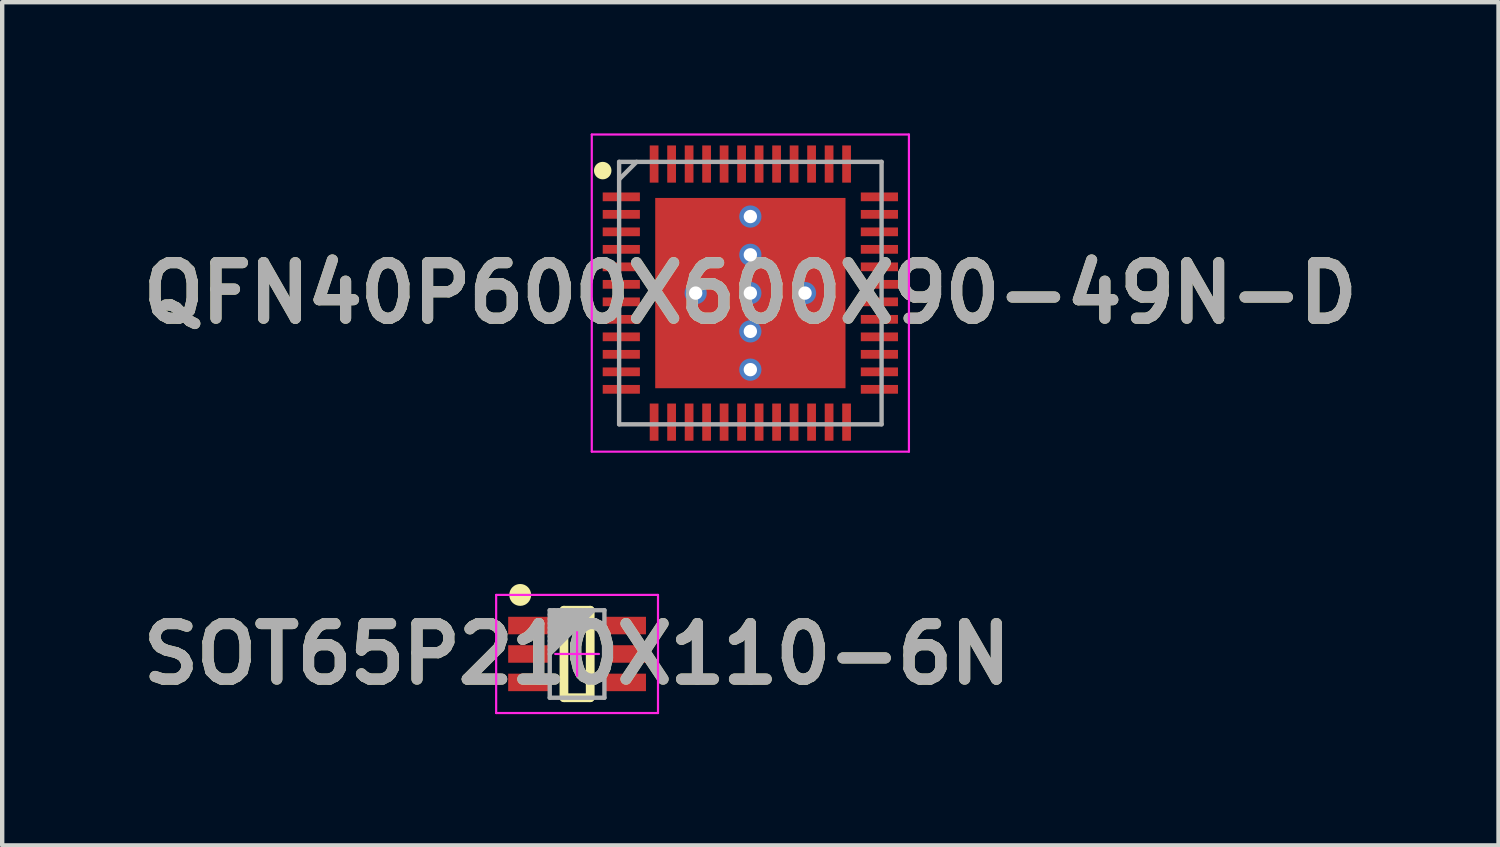
<source format=kicad_pcb>
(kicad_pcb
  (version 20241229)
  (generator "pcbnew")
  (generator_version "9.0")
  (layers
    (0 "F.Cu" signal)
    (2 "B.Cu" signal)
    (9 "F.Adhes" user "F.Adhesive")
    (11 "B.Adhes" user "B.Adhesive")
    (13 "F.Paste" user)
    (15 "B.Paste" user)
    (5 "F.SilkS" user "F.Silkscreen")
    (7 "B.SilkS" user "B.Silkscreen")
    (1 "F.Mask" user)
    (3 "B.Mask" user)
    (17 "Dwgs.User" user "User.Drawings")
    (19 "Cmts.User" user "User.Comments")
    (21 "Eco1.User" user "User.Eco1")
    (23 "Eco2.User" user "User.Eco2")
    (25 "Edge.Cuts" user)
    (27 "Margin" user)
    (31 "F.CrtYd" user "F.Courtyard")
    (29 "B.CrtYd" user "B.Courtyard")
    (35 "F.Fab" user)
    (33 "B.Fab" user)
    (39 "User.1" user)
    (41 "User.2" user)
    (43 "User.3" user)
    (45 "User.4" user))
  (footprint "SOT65P210X110-6N"
    (layer "F.Cu")
    (at 10.142 11.9)
    (property "Reference" "SOT65P210X110-6N" (at 0 0 0) (layer "F.SilkS") (effects (font (size 1.27 1.27) (thickness 0.254))))
    (attr smd)
    (fp_line (start -0.3 -1) (end -0.3 1) (stroke (width 0.2) (type solid)) (layer "F.SilkS"))
    (fp_line (start -0.3 1) (end 0.3 1) (stroke (width 0.2) (type solid)) (layer "F.SilkS"))
    (fp_line (start 0.3 -1) (end -0.3 -1) (stroke (width 0.2) (type solid)) (layer "F.SilkS"))
    (fp_line (start 0.3 1) (end 0.3 -1) (stroke (width 0.2) (type solid)) (layer "F.SilkS"))
    (fp_circle (center -1.3 -1.35) (end -1.3 -1.225) (stroke (width 0.25) (type solid)) (fill no) (layer "F.SilkS"))
    (fp_line (start -1.85 -1.35) (end -1.85 1.35) (stroke (width 0.05) (type solid)) (layer "F.CrtYd"))
    (fp_line (start -1.85 1.35) (end 1.85 1.35) (stroke (width 0.05) (type solid)) (layer "F.CrtYd"))
    (fp_line (start -0.7 -1.075) (end -0.7 1.075) (stroke (width 0.001) (type solid)) (layer "F.CrtYd"))
    (fp_line (start -0.7 1.075) (end 0.7 1.075) (stroke (width 0.001) (type solid)) (layer "F.CrtYd"))
    (fp_line (start -0.5 0) (end 0.5 0) (stroke (width 0.05) (type solid)) (layer "F.CrtYd"))
    (fp_line (start 0 0.5) (end 0 -0.5) (stroke (width 0.05) (type solid)) (layer "F.CrtYd"))
    (fp_line (start 0.7 -1.075) (end -0.7 -1.075) (stroke (width 0.001) (type solid)) (layer "F.CrtYd"))
    (fp_line (start 0.7 1.075) (end 0.7 -1.075) (stroke (width 0.001) (type solid)) (layer "F.CrtYd"))
    (fp_line (start 1.85 -1.35) (end -1.85 -1.35) (stroke (width 0.05) (type solid)) (layer "F.CrtYd"))
    (fp_line (start 1.85 1.35) (end 1.85 -1.35) (stroke (width 0.05) (type solid)) (layer "F.CrtYd"))
    (fp_line (start -0.625 -1) (end -0.625 1) (stroke (width 0.1) (type solid)) (layer "F.Fab"))
    (fp_line (start -0.625 1) (end 0.625 1) (stroke (width 0.1) (type solid)) (layer "F.Fab"))
    (fp_line (start -0.525 -1) (end -0.625 -0.9) (stroke (width 0.1) (type solid)) (layer "F.Fab"))
    (fp_line (start -0.425 -1) (end -0.625 -0.8) (stroke (width 0.1) (type solid)) (layer "F.Fab"))
    (fp_line (start -0.325 -1) (end -0.625 -0.7) (stroke (width 0.1) (type solid)) (layer "F.Fab"))
    (fp_line (start -0.225 -1) (end -0.625 -0.6) (stroke (width 0.1) (type solid)) (layer "F.Fab"))
    (fp_line (start -0.125 -1) (end -0.625 -0.5) (stroke (width 0.1) (type solid)) (layer "F.Fab"))
    (fp_line (start -0.025 -1) (end -0.625 -0.4) (stroke (width 0.1) (type solid)) (layer "F.Fab"))
    (fp_line (start 0.075 -1) (end -0.625 -0.3) (stroke (width 0.1) (type solid)) (layer "F.Fab"))
    (fp_line (start 0.175 -1) (end -0.625 -0.2) (stroke (width 0.1) (type solid)) (layer "F.Fab"))
    (fp_line (start 0.275 -1) (end -0.625 -0.1) (stroke (width 0.1) (type solid)) (layer "F.Fab"))
    (fp_line (start 0.375 -1) (end -0.625 0) (stroke (width 0.1) (type solid)) (layer "F.Fab"))
    (fp_line (start 0.625 -1) (end -0.625 -1) (stroke (width 0.1) (type solid)) (layer "F.Fab"))
    (fp_line (start 0.625 1) (end 0.625 -1) (stroke (width 0.1) (type solid)) (layer "F.Fab"))
    (fp_text user "${REFERENCE}" (at 0 0 0) (layer "F.Fab") (effects (font (size 1.27 1.27) (thickness 0.254))))
    (pad "1" smd rect (at -1.1 -0.65 90) (size 0.4 0.95) (layers "F.Cu" "F.Mask" "F.Paste"))
    (pad "2" smd rect (at -1.1 0 90) (size 0.4 0.95) (layers "F.Cu" "F.Mask" "F.Paste"))
    (pad "3" smd rect (at -1.1 0.65 90) (size 0.4 0.95) (layers "F.Cu" "F.Mask" "F.Paste"))
    (pad "4" smd rect (at 1.1 0.65 90) (size 0.4 0.95) (layers "F.Cu" "F.Mask" "F.Paste"))
    (pad "5" smd rect (at 1.1 0 90) (size 0.4 0.95) (layers "F.Cu" "F.Mask" "F.Paste"))
    (pad "6" smd rect (at 1.1 -0.65 90) (size 0.4 0.95) (layers "F.Cu" "F.Mask" "F.Paste")))
  (footprint "QFN40P600X600X90-49N-D"
    (layer "F.Cu")
    (at 14.103 3.65)
    (property "Reference" "QFN40P600X600X90-49N-D" (at 0 0 0) (layer "F.SilkS") (effects (font (size 1.27 1.27) (thickness 0.254))))
    (attr smd)
    (fp_circle (center -3.375 -2.8) (end -3.375 -2.7) (stroke (width 0.2) (type solid)) (fill no) (layer "F.SilkS"))
    (fp_poly (pts (xy -0.5 -0.35) (xy -2.05 -0.35) (xy -2.05 -2.05) (xy -0.5 -2.05)) (stroke (width 0.1) (type solid)) (fill yes) (layer "F.Paste"))
    (fp_poly (pts (xy -0.45 2.05) (xy -2 2.05) (xy -2 0.35) (xy -0.45 0.35)) (stroke (width 0.1) (type solid)) (fill yes) (layer "F.Paste"))
    (fp_poly (pts (xy 1.95 -0.35) (xy 0.4 -0.35) (xy 0.4 -2.05) (xy 1.95 -2.05)) (stroke (width 0.1) (type solid)) (fill yes) (layer "F.Paste"))
    (fp_poly (pts (xy 2 2.05) (xy 0.45 2.05) (xy 0.45 0.35) (xy 2 0.35)) (stroke (width 0.1) (type solid)) (fill yes) (layer "F.Paste"))
    (fp_line (start -3.625 -3.625) (end 3.625 -3.625) (stroke (width 0.05) (type solid)) (layer "F.CrtYd"))
    (fp_line (start -3.625 3.625) (end -3.625 -3.625) (stroke (width 0.05) (type solid)) (layer "F.CrtYd"))
    (fp_line (start 3.625 -3.625) (end 3.625 3.625) (stroke (width 0.05) (type solid)) (layer "F.CrtYd"))
    (fp_line (start 3.625 3.625) (end -3.625 3.625) (stroke (width 0.05) (type solid)) (layer "F.CrtYd"))
    (fp_line (start -3 -3) (end 3 -3) (stroke (width 0.1) (type solid)) (layer "F.Fab"))
    (fp_line (start -3 -2.6) (end -2.6 -3) (stroke (width 0.1) (type solid)) (layer "F.Fab"))
    (fp_line (start -3 3) (end -3 -3) (stroke (width 0.1) (type solid)) (layer "F.Fab"))
    (fp_line (start 3 -3) (end 3 3) (stroke (width 0.1) (type solid)) (layer "F.Fab"))
    (fp_line (start 3 3) (end -3 3) (stroke (width 0.1) (type solid)) (layer "F.Fab"))
    (fp_text user "${REFERENCE}" (at 0 0 0) (layer "F.Fab") (effects (font (size 1.27 1.27) (thickness 0.254))))
    (pad "1" smd rect (at -2.95 -2.2 90) (size 0.2 0.85) (layers "F.Cu" "F.Mask" "F.Paste"))
    (pad "2" smd rect (at -2.95 -1.8 90) (size 0.2 0.85) (layers "F.Cu" "F.Mask" "F.Paste"))
    (pad "3" smd rect (at -2.95 -1.4 90) (size 0.2 0.85) (layers "F.Cu" "F.Mask" "F.Paste"))
    (pad "4" smd rect (at -2.95 -1 90) (size 0.2 0.85) (layers "F.Cu" "F.Mask" "F.Paste"))
    (pad "5" smd rect (at -2.95 -0.6 90) (size 0.2 0.85) (layers "F.Cu" "F.Mask" "F.Paste"))
    (pad "6" smd rect (at -2.95 -0.2 90) (size 0.2 0.85) (layers "F.Cu" "F.Mask" "F.Paste"))
    (pad "7" smd rect (at -2.95 0.2 90) (size 0.2 0.85) (layers "F.Cu" "F.Mask" "F.Paste"))
    (pad "8" smd rect (at -2.95 0.6 90) (size 0.2 0.85) (layers "F.Cu" "F.Mask" "F.Paste"))
    (pad "9" smd rect (at -2.95 1 90) (size 0.2 0.85) (layers "F.Cu" "F.Mask" "F.Paste"))
    (pad "10" smd rect (at -2.95 1.4 90) (size 0.2 0.85) (layers "F.Cu" "F.Mask" "F.Paste"))
    (pad "11" smd rect (at -2.95 1.8 90) (size 0.2 0.85) (layers "F.Cu" "F.Mask" "F.Paste"))
    (pad "12" smd rect (at -2.95 2.2 90) (size 0.2 0.85) (layers "F.Cu" "F.Mask" "F.Paste"))
    (pad "13" smd rect (at -2.2 2.95) (size 0.2 0.85) (layers "F.Cu" "F.Mask" "F.Paste"))
    (pad "14" smd rect (at -1.8 2.95) (size 0.2 0.85) (layers "F.Cu" "F.Mask" "F.Paste"))
    (pad "15" smd rect (at -1.4 2.95) (size 0.2 0.85) (layers "F.Cu" "F.Mask" "F.Paste"))
    (pad "16" smd rect (at -1 2.95) (size 0.2 0.85) (layers "F.Cu" "F.Mask" "F.Paste"))
    (pad "17" smd rect (at -0.6 2.95) (size 0.2 0.85) (layers "F.Cu" "F.Mask" "F.Paste"))
    (pad "18" smd rect (at -0.2 2.95) (size 0.2 0.85) (layers "F.Cu" "F.Mask" "F.Paste"))
    (pad "19" smd rect (at 0.2 2.95) (size 0.2 0.85) (layers "F.Cu" "F.Mask" "F.Paste"))
    (pad "20" smd rect (at 0.6 2.95) (size 0.2 0.85) (layers "F.Cu" "F.Mask" "F.Paste"))
    (pad "21" smd rect (at 1 2.95) (size 0.2 0.85) (layers "F.Cu" "F.Mask" "F.Paste"))
    (pad "22" smd rect (at 1.4 2.95) (size 0.2 0.85) (layers "F.Cu" "F.Mask" "F.Paste"))
    (pad "23" smd rect (at 1.8 2.95) (size 0.2 0.85) (layers "F.Cu" "F.Mask" "F.Paste"))
    (pad "24" smd rect (at 2.2 2.95) (size 0.2 0.85) (layers "F.Cu" "F.Mask" "F.Paste"))
    (pad "25" smd rect (at 2.95 2.2 90) (size 0.2 0.85) (layers "F.Cu" "F.Mask" "F.Paste"))
    (pad "26" smd rect (at 2.95 1.8 90) (size 0.2 0.85) (layers "F.Cu" "F.Mask" "F.Paste"))
    (pad "27" smd rect (at 2.95 1.4 90) (size 0.2 0.85) (layers "F.Cu" "F.Mask" "F.Paste"))
    (pad "28" smd rect (at 2.95 1 90) (size 0.2 0.85) (layers "F.Cu" "F.Mask" "F.Paste"))
    (pad "29" smd rect (at 2.95 0.6 90) (size 0.2 0.85) (layers "F.Cu" "F.Mask" "F.Paste"))
    (pad "30" smd rect (at 2.95 0.2 90) (size 0.2 0.85) (layers "F.Cu" "F.Mask" "F.Paste"))
    (pad "31" smd rect (at 2.95 -0.2 90) (size 0.2 0.85) (layers "F.Cu" "F.Mask" "F.Paste"))
    (pad "32" smd rect (at 2.95 -0.6 90) (size 0.2 0.85) (layers "F.Cu" "F.Mask" "F.Paste"))
    (pad "33" smd rect (at 2.95 -1 90) (size 0.2 0.85) (layers "F.Cu" "F.Mask" "F.Paste"))
    (pad "34" smd rect (at 2.95 -1.4 90) (size 0.2 0.85) (layers "F.Cu" "F.Mask" "F.Paste"))
    (pad "35" smd rect (at 2.95 -1.8 90) (size 0.2 0.85) (layers "F.Cu" "F.Mask" "F.Paste"))
    (pad "36" smd rect (at 2.95 -2.2 90) (size 0.2 0.85) (layers "F.Cu" "F.Mask" "F.Paste"))
    (pad "37" smd rect (at 2.2 -2.95) (size 0.2 0.85) (layers "F.Cu" "F.Mask" "F.Paste"))
    (pad "38" smd rect (at 1.8 -2.95) (size 0.2 0.85) (layers "F.Cu" "F.Mask" "F.Paste"))
    (pad "39" smd rect (at 1.4 -2.95) (size 0.2 0.85) (layers "F.Cu" "F.Mask" "F.Paste"))
    (pad "40" smd rect (at 1 -2.95) (size 0.2 0.85) (layers "F.Cu" "F.Mask" "F.Paste"))
    (pad "41" smd rect (at 0.6 -2.95) (size 0.2 0.85) (layers "F.Cu" "F.Mask" "F.Paste"))
    (pad "42" smd rect (at 0.2 -2.95) (size 0.2 0.85) (layers "F.Cu" "F.Mask" "F.Paste"))
    (pad "43" smd rect (at -0.2 -2.95) (size 0.2 0.85) (layers "F.Cu" "F.Mask" "F.Paste"))
    (pad "44" smd rect (at -0.6 -2.95) (size 0.2 0.85) (layers "F.Cu" "F.Mask" "F.Paste"))
    (pad "45" smd rect (at -1 -2.95) (size 0.2 0.85) (layers "F.Cu" "F.Mask" "F.Paste"))
    (pad "46" smd rect (at -1.4 -2.95) (size 0.2 0.85) (layers "F.Cu" "F.Mask" "F.Paste"))
    (pad "47" smd rect (at -1.8 -2.95) (size 0.2 0.85) (layers "F.Cu" "F.Mask" "F.Paste"))
    (pad "48" smd rect (at -2.2 -2.95) (size 0.2 0.85) (layers "F.Cu" "F.Mask" "F.Paste"))
    (pad "49" thru_hole circle (at -1.25 0) (size 0.508 0.508) (drill 0.305) (layers "*.Cu" "*.Mask"))
    (pad "49" thru_hole circle (at 0 -1.75) (size 0.508 0.508) (drill 0.305) (layers "*.Cu" "*.Mask"))
    (pad "49" thru_hole circle (at 0 -0.875) (size 0.508 0.508) (drill 0.305) (layers "*.Cu" "*.Mask"))
    (pad "49" thru_hole circle (at 0 0) (size 0.508 0.508) (drill 0.305) (layers "*.Cu" "*.Mask"))
    (pad "49" smd rect (at 0 0) (size 4.35 4.35) (layers "F.Cu" "F.Mask"))
    (pad "49" thru_hole circle (at 0 0.875) (size 0.508 0.508) (drill 0.305) (layers "*.Cu" "*.Mask"))
    (pad "49" thru_hole circle (at 0 1.75) (size 0.508 0.508) (drill 0.305) (layers "*.Cu" "*.Mask"))
    (pad "49" thru_hole circle (at 1.25 0) (size 0.508 0.508) (drill 0.305) (layers "*.Cu" "*.Mask")))
  (gr_rect
    (start -3 -3)
    (end 31.206 16.275)
    (stroke (width 0.1) (type default))
    (fill no)
    (layer "Edge.Cuts")))
</source>
